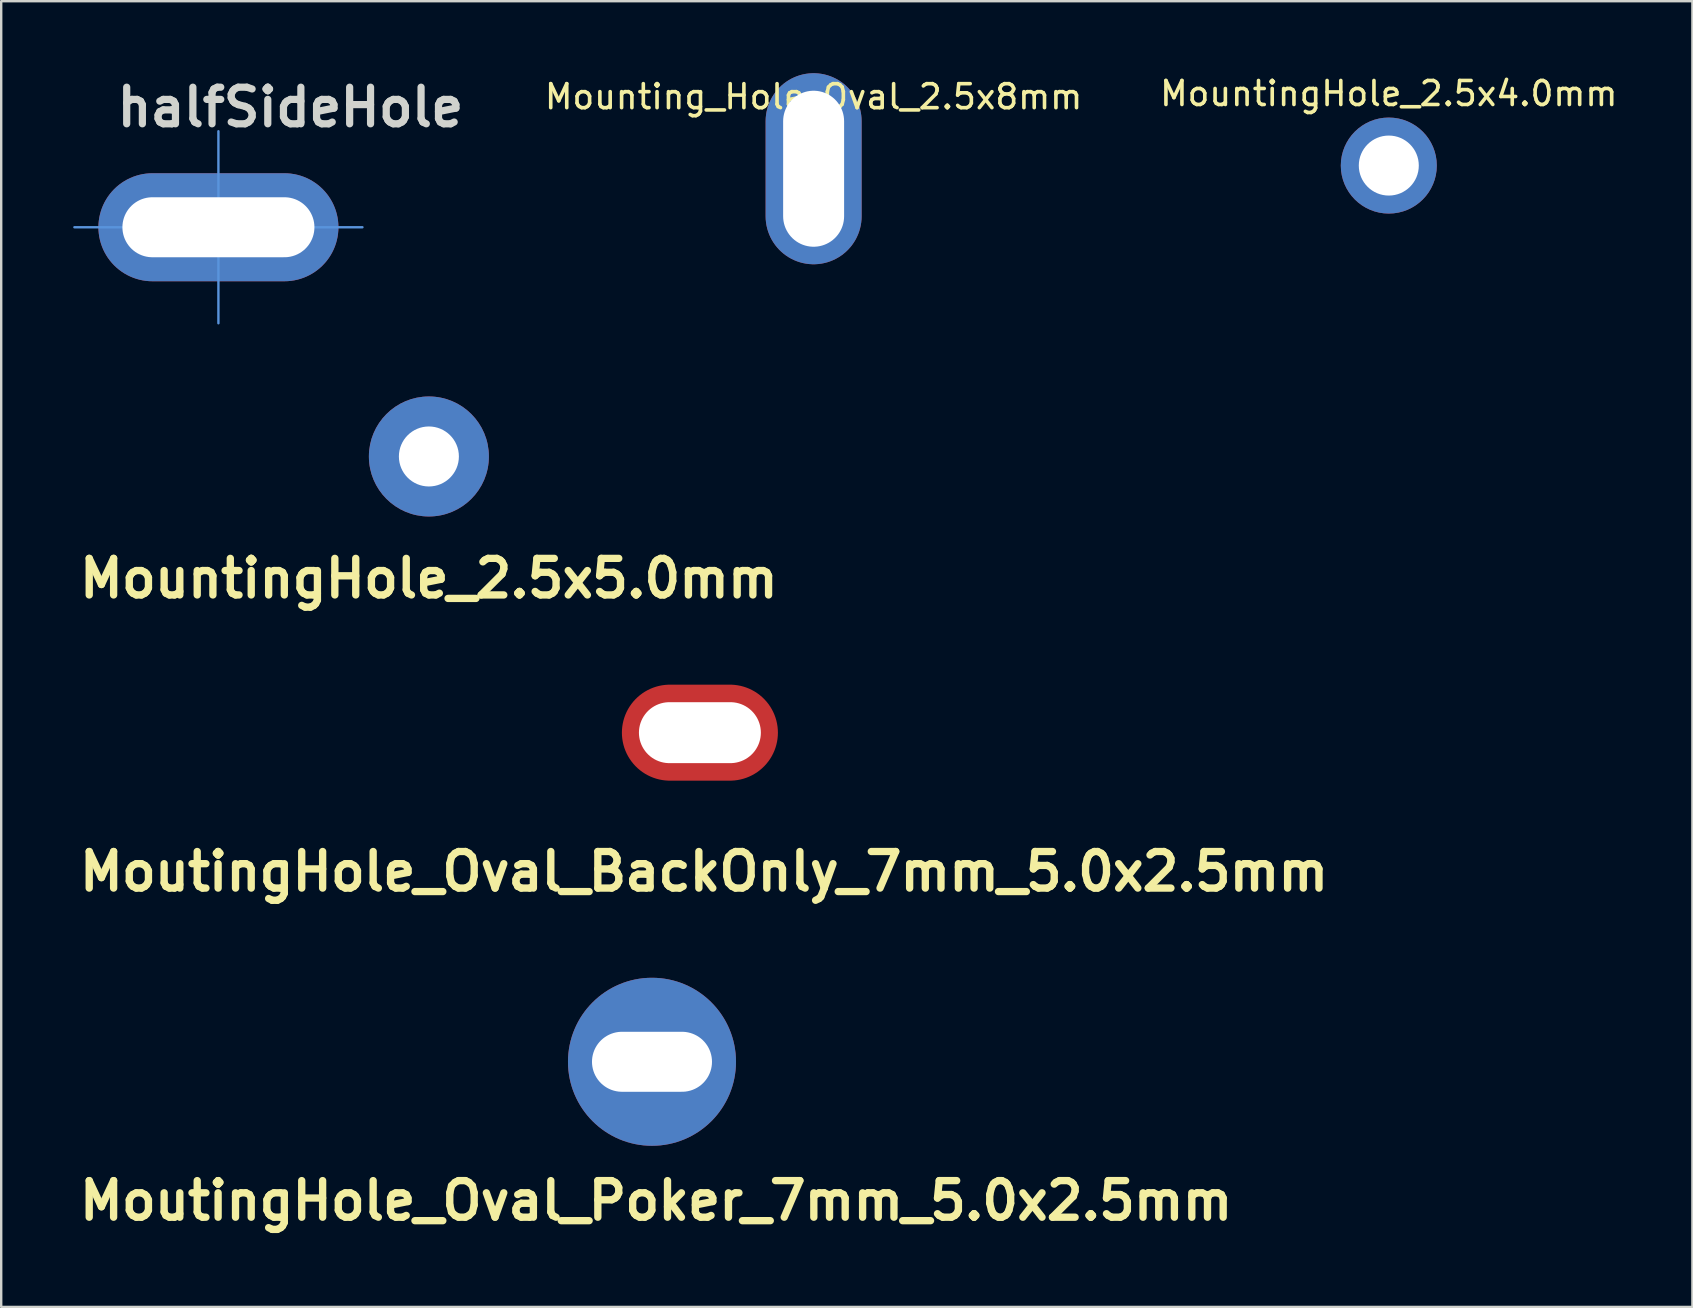
<source format=kicad_pcb>
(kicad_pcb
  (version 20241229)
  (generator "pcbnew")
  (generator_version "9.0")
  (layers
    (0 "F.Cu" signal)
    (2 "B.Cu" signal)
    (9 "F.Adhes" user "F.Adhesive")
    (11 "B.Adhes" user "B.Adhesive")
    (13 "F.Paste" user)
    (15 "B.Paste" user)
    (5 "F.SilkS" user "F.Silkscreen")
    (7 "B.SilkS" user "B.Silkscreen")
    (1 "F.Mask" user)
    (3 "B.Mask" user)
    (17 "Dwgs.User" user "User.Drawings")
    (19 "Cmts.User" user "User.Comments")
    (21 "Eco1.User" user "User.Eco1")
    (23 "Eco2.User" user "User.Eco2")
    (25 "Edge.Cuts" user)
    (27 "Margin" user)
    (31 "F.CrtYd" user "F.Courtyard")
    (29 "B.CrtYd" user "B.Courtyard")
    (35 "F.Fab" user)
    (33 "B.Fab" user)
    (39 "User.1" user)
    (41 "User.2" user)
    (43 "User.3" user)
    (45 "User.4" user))
  (footprint "MountingHole_2.5x4.0mm"
    (layer "F.Cu")
    (at 54.812 3.848)
    (property "Reference" "MountingHole_2.5x4.0mm" (at 0 -3 0) (layer "F.SilkS") (effects (font (size 1 1) (thickness 0.15))))
    (attr through_hole)
    (pad "1" thru_hole circle (at 0 0) (size 4 4) (drill 2.5) (layers "*.Cu" "*.Mask")))
  (footprint "Mounting_Hole_Oval_2.5x8mm"
    (layer "F.Cu")
    (at 30.848 3.98)
    (property "Reference" "Mounting_Hole_Oval_2.5x8mm" (at 0 -3 0) (layer "F.SilkS") (effects (font (size 1 1) (thickness 0.15))))
    (attr through_hole)
    (pad "1" thru_hole oval (at 0 0) (size 4 7.96) (drill oval 2.54 6.5) (layers "*.Cu" "*.Mask")))
  (footprint "halfSideHole"
    (layer "F.Cu")
    (at 6.05 6.418)
    (property "Reference" "halfSideHole" (at 3 -5 0) (layer "Edge.Cuts") (effects (font (size 1.524 1.524) (thickness 0.3))))
    (attr through_hole)
    (fp_line (start -6 0) (end 6 0) (stroke (width 0.1) (type solid)) (layer "Cmts.User"))
    (fp_line (start 0 -4) (end 0 4) (stroke (width 0.1) (type solid)) (layer "Cmts.User"))
    (pad "" thru_hole oval (at 0 0) (size 10 4.5) (drill oval 8 2.5) (layers "*.Cu" "*.Mask")))
  (footprint "MountingHole_2.5x5.0mm"
    (layer "F.Cu")
    (at 14.819 15.968)
    (property "Reference" "MountingHole_2.5x5.0mm" (at 0 5.08 0) (layer "F.SilkS") (effects (font (size 1.524 1.524) (thickness 0.305))))
    (attr exclude_from_pos_files exclude_from_bom)
    (pad "1" thru_hole circle (at 0 0) (size 5 5) (drill 2.5) (layers "*.Cu" "*.Mask")))
  (footprint "MoutingHole_Oval_Poker_7mm_5.0x2.5mm"
    (layer "F.Cu")
    (at 24.114 41.187)
    (property "Reference" "MoutingHole_Oval_Poker_7mm_5.0x2.5mm" (at 0.175 5.786 0) (layer "F.SilkS") (effects (font (size 1.524 1.524) (thickness 0.305))))
    (attr exclude_from_pos_files exclude_from_bom)
    (pad "1" thru_hole circle (at 0 0) (size 7 7) (drill oval 5 2.5) (layers "*.Cu" "*.Mask")))
  (footprint "MoutingHole_Oval_BackOnly_7mm_5.0x2.5mm"
    (layer "F.Cu")
    (at 26.11 27.475)
    (property "Reference" "MoutingHole_Oval_BackOnly_7mm_5.0x2.5mm" (at 0.175 5.786 0) (layer "F.SilkS") (effects (font (size 1.524 1.524) (thickness 0.305))))
    (attr exclude_from_pos_files exclude_from_bom)
    (pad "" connect oval (at -0.01 -0.005) (size 4.953 2.413) (layers "B.Mask"))
    (pad "" np_thru_hole oval (at 0 0) (size 6.5 4) (drill oval 5.08 2.54) (layers "F.Cu" "F.Mask")))
  (gr_rect
    (start -3 -3)
    (end 67.461 51.4)
    (stroke (width 0.1) (type default))
    (fill no)
    (layer "Edge.Cuts")))
</source>
